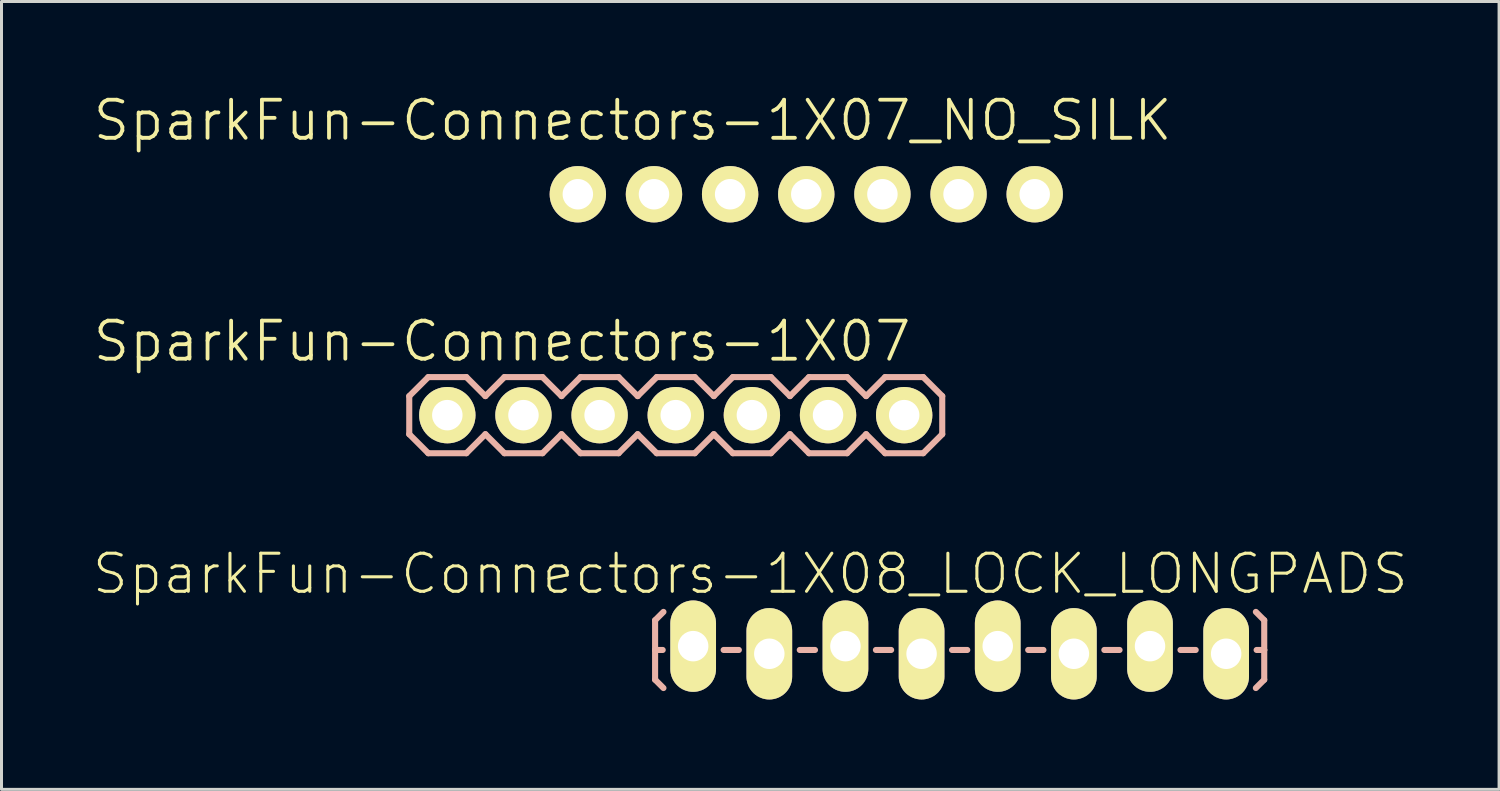
<source format=kicad_pcb>
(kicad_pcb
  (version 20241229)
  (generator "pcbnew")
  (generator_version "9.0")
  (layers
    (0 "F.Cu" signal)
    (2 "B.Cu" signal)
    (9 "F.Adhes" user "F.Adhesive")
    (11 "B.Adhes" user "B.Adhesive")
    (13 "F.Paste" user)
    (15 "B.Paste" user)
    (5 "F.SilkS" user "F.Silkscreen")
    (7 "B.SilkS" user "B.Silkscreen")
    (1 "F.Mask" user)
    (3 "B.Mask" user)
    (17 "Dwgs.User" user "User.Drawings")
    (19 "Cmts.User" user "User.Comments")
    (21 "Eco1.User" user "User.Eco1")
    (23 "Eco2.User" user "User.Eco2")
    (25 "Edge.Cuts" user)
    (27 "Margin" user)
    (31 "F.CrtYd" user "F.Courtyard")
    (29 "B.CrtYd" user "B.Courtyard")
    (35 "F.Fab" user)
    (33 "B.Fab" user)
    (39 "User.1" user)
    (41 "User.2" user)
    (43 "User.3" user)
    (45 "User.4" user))
  (footprint "SparkFun-Connectors-1X07"
    (layer "F.Cu")
    (at 11.872 10.799)
    (property "Reference" "SparkFun-Connectors-1X07" (at 1.829 -2.464 0) (layer "F.SilkS") (effects (font (size 1.27 1.27) (thickness 0.127))))
    (attr exclude_from_pos_files exclude_from_bom)
    (fp_line (start -0.254 -0.254) (end 0.254 -0.254) (stroke (width 0.066) (type solid)) (layer "F.SilkS"))
    (fp_line (start -0.254 0.254) (end -0.254 -0.254) (stroke (width 0.066) (type solid)) (layer "F.SilkS"))
    (fp_line (start -0.254 0.254) (end 0.254 0.254) (stroke (width 0.066) (type solid)) (layer "F.SilkS"))
    (fp_line (start 0.254 0.254) (end 0.254 -0.254) (stroke (width 0.066) (type solid)) (layer "F.SilkS"))
    (fp_line (start 2.286 -0.254) (end 2.794 -0.254) (stroke (width 0.066) (type solid)) (layer "F.SilkS"))
    (fp_line (start 2.286 0.254) (end 2.286 -0.254) (stroke (width 0.066) (type solid)) (layer "F.SilkS"))
    (fp_line (start 2.286 0.254) (end 2.794 0.254) (stroke (width 0.066) (type solid)) (layer "F.SilkS"))
    (fp_line (start 2.794 0.254) (end 2.794 -0.254) (stroke (width 0.066) (type solid)) (layer "F.SilkS"))
    (fp_line (start 4.826 -0.254) (end 5.334 -0.254) (stroke (width 0.066) (type solid)) (layer "F.SilkS"))
    (fp_line (start 4.826 0.254) (end 4.826 -0.254) (stroke (width 0.066) (type solid)) (layer "F.SilkS"))
    (fp_line (start 4.826 0.254) (end 5.334 0.254) (stroke (width 0.066) (type solid)) (layer "F.SilkS"))
    (fp_line (start 5.334 0.254) (end 5.334 -0.254) (stroke (width 0.066) (type solid)) (layer "F.SilkS"))
    (fp_line (start 7.366 -0.254) (end 7.874 -0.254) (stroke (width 0.066) (type solid)) (layer "F.SilkS"))
    (fp_line (start 7.366 0.254) (end 7.366 -0.254) (stroke (width 0.066) (type solid)) (layer "F.SilkS"))
    (fp_line (start 7.366 0.254) (end 7.874 0.254) (stroke (width 0.066) (type solid)) (layer "F.SilkS"))
    (fp_line (start 7.874 0.254) (end 7.874 -0.254) (stroke (width 0.066) (type solid)) (layer "F.SilkS"))
    (fp_line (start 9.906 -0.254) (end 10.414 -0.254) (stroke (width 0.066) (type solid)) (layer "F.SilkS"))
    (fp_line (start 9.906 0.254) (end 9.906 -0.254) (stroke (width 0.066) (type solid)) (layer "F.SilkS"))
    (fp_line (start 9.906 0.254) (end 10.414 0.254) (stroke (width 0.066) (type solid)) (layer "F.SilkS"))
    (fp_line (start 10.414 0.254) (end 10.414 -0.254) (stroke (width 0.066) (type solid)) (layer "F.SilkS"))
    (fp_line (start 12.446 -0.254) (end 12.954 -0.254) (stroke (width 0.066) (type solid)) (layer "F.SilkS"))
    (fp_line (start 12.446 0.254) (end 12.446 -0.254) (stroke (width 0.066) (type solid)) (layer "F.SilkS"))
    (fp_line (start 12.446 0.254) (end 12.954 0.254) (stroke (width 0.066) (type solid)) (layer "F.SilkS"))
    (fp_line (start 12.954 0.254) (end 12.954 -0.254) (stroke (width 0.066) (type solid)) (layer "F.SilkS"))
    (fp_line (start 14.986 -0.254) (end 15.494 -0.254) (stroke (width 0.066) (type solid)) (layer "F.SilkS"))
    (fp_line (start 14.986 0.254) (end 14.986 -0.254) (stroke (width 0.066) (type solid)) (layer "F.SilkS"))
    (fp_line (start 14.986 0.254) (end 15.494 0.254) (stroke (width 0.066) (type solid)) (layer "F.SilkS"))
    (fp_line (start 15.494 0.254) (end 15.494 -0.254) (stroke (width 0.066) (type solid)) (layer "F.SilkS"))
    (fp_line (start -1.27 -0.635) (end -1.27 0.635) (stroke (width 0.203) (type solid)) (layer "B.SilkS"))
    (fp_line (start -1.27 0.635) (end -0.635 1.27) (stroke (width 0.203) (type solid)) (layer "B.SilkS"))
    (fp_line (start -0.635 -1.27) (end -1.27 -0.635) (stroke (width 0.203) (type solid)) (layer "B.SilkS"))
    (fp_line (start -0.635 -1.27) (end 0.635 -1.27) (stroke (width 0.203) (type solid)) (layer "B.SilkS"))
    (fp_line (start 0.635 -1.27) (end 1.27 -0.635) (stroke (width 0.203) (type solid)) (layer "B.SilkS"))
    (fp_line (start 0.635 1.27) (end -0.635 1.27) (stroke (width 0.203) (type solid)) (layer "B.SilkS"))
    (fp_line (start 1.27 -0.635) (end 1.905 -1.27) (stroke (width 0.203) (type solid)) (layer "B.SilkS"))
    (fp_line (start 1.27 0.635) (end 0.635 1.27) (stroke (width 0.203) (type solid)) (layer "B.SilkS"))
    (fp_line (start 1.905 -1.27) (end 3.175 -1.27) (stroke (width 0.203) (type solid)) (layer "B.SilkS"))
    (fp_line (start 1.905 1.27) (end 1.27 0.635) (stroke (width 0.203) (type solid)) (layer "B.SilkS"))
    (fp_line (start 3.175 -1.27) (end 3.81 -0.635) (stroke (width 0.203) (type solid)) (layer "B.SilkS"))
    (fp_line (start 3.175 1.27) (end 1.905 1.27) (stroke (width 0.203) (type solid)) (layer "B.SilkS"))
    (fp_line (start 3.81 -0.635) (end 4.445 -1.27) (stroke (width 0.203) (type solid)) (layer "B.SilkS"))
    (fp_line (start 3.81 0.635) (end 3.175 1.27) (stroke (width 0.203) (type solid)) (layer "B.SilkS"))
    (fp_line (start 4.445 -1.27) (end 5.715 -1.27) (stroke (width 0.203) (type solid)) (layer "B.SilkS"))
    (fp_line (start 4.445 1.27) (end 3.81 0.635) (stroke (width 0.203) (type solid)) (layer "B.SilkS"))
    (fp_line (start 5.715 -1.27) (end 6.35 -0.635) (stroke (width 0.203) (type solid)) (layer "B.SilkS"))
    (fp_line (start 5.715 1.27) (end 4.445 1.27) (stroke (width 0.203) (type solid)) (layer "B.SilkS"))
    (fp_line (start 6.35 0.635) (end 5.715 1.27) (stroke (width 0.203) (type solid)) (layer "B.SilkS"))
    (fp_line (start 6.35 0.635) (end 6.985 1.27) (stroke (width 0.203) (type solid)) (layer "B.SilkS"))
    (fp_line (start 6.985 -1.27) (end 6.35 -0.635) (stroke (width 0.203) (type solid)) (layer "B.SilkS"))
    (fp_line (start 6.985 -1.27) (end 8.255 -1.27) (stroke (width 0.203) (type solid)) (layer "B.SilkS"))
    (fp_line (start 8.255 -1.27) (end 8.89 -0.635) (stroke (width 0.203) (type solid)) (layer "B.SilkS"))
    (fp_line (start 8.255 1.27) (end 6.985 1.27) (stroke (width 0.203) (type solid)) (layer "B.SilkS"))
    (fp_line (start 8.89 -0.635) (end 9.525 -1.27) (stroke (width 0.203) (type solid)) (layer "B.SilkS"))
    (fp_line (start 8.89 0.635) (end 8.255 1.27) (stroke (width 0.203) (type solid)) (layer "B.SilkS"))
    (fp_line (start 9.525 -1.27) (end 10.795 -1.27) (stroke (width 0.203) (type solid)) (layer "B.SilkS"))
    (fp_line (start 9.525 1.27) (end 8.89 0.635) (stroke (width 0.203) (type solid)) (layer "B.SilkS"))
    (fp_line (start 10.795 -1.27) (end 11.43 -0.635) (stroke (width 0.203) (type solid)) (layer "B.SilkS"))
    (fp_line (start 10.795 1.27) (end 9.525 1.27) (stroke (width 0.203) (type solid)) (layer "B.SilkS"))
    (fp_line (start 11.43 -0.635) (end 12.065 -1.27) (stroke (width 0.203) (type solid)) (layer "B.SilkS"))
    (fp_line (start 11.43 0.635) (end 10.795 1.27) (stroke (width 0.203) (type solid)) (layer "B.SilkS"))
    (fp_line (start 12.065 -1.27) (end 13.335 -1.27) (stroke (width 0.203) (type solid)) (layer "B.SilkS"))
    (fp_line (start 12.065 1.27) (end 11.43 0.635) (stroke (width 0.203) (type solid)) (layer "B.SilkS"))
    (fp_line (start 13.335 -1.27) (end 13.97 -0.635) (stroke (width 0.203) (type solid)) (layer "B.SilkS"))
    (fp_line (start 13.335 1.27) (end 12.065 1.27) (stroke (width 0.203) (type solid)) (layer "B.SilkS"))
    (fp_line (start 13.97 0.635) (end 13.335 1.27) (stroke (width 0.203) (type solid)) (layer "B.SilkS"))
    (fp_line (start 13.97 0.635) (end 14.605 1.27) (stroke (width 0.203) (type solid)) (layer "B.SilkS"))
    (fp_line (start 14.605 -1.27) (end 13.97 -0.635) (stroke (width 0.203) (type solid)) (layer "B.SilkS"))
    (fp_line (start 14.605 -1.27) (end 15.875 -1.27) (stroke (width 0.203) (type solid)) (layer "B.SilkS"))
    (fp_line (start 15.875 -1.27) (end 16.51 -0.635) (stroke (width 0.203) (type solid)) (layer "B.SilkS"))
    (fp_line (start 15.875 1.27) (end 14.605 1.27) (stroke (width 0.203) (type solid)) (layer "B.SilkS"))
    (fp_line (start 16.51 -0.635) (end 16.51 0.635) (stroke (width 0.203) (type solid)) (layer "B.SilkS"))
    (fp_line (start 16.51 0.635) (end 15.875 1.27) (stroke (width 0.203) (type solid)) (layer "B.SilkS"))
    (pad "1" thru_hole circle (at 0 0) (size 1.88 1.88) (drill 1.016) (layers "*.Cu" "F.Mask" "F.SilkS" "F.Paste"))
    (pad "2" thru_hole circle (at 2.54 0) (size 1.88 1.88) (drill 1.016) (layers "*.Cu" "F.Mask" "F.SilkS" "F.Paste"))
    (pad "3" thru_hole circle (at 5.08 0) (size 1.88 1.88) (drill 1.016) (layers "*.Cu" "F.Mask" "F.SilkS" "F.Paste"))
    (pad "4" thru_hole circle (at 7.62 0) (size 1.88 1.88) (drill 1.016) (layers "*.Cu" "F.Mask" "F.SilkS" "F.Paste"))
    (pad "5" thru_hole circle (at 10.16 0) (size 1.88 1.88) (drill 1.016) (layers "*.Cu" "F.Mask" "F.SilkS" "F.Paste"))
    (pad "6" thru_hole circle (at 12.7 0) (size 1.88 1.88) (drill 1.016) (layers "*.Cu" "F.Mask" "F.SilkS" "F.Paste"))
    (pad "7" thru_hole circle (at 15.24 0) (size 1.88 1.88) (drill 1.016) (layers "*.Cu" "F.Mask" "F.SilkS" "F.Paste")))
  (footprint "SparkFun-Connectors-1X07_NO_SILK"
    (layer "F.Cu")
    (at 16.226 3.43)
    (property "Reference" "SparkFun-Connectors-1X07_NO_SILK" (at 1.829 -2.464 0) (layer "F.SilkS") (effects (font (size 1.27 1.27) (thickness 0.127))))
    (attr exclude_from_pos_files exclude_from_bom)
    (fp_line (start -0.254 -0.254) (end 0.254 -0.254) (stroke (width 0.066) (type solid)) (layer "F.SilkS"))
    (fp_line (start -0.254 0.254) (end -0.254 -0.254) (stroke (width 0.066) (type solid)) (layer "F.SilkS"))
    (fp_line (start -0.254 0.254) (end 0.254 0.254) (stroke (width 0.066) (type solid)) (layer "F.SilkS"))
    (fp_line (start 0.254 0.254) (end 0.254 -0.254) (stroke (width 0.066) (type solid)) (layer "F.SilkS"))
    (fp_line (start 2.286 -0.254) (end 2.794 -0.254) (stroke (width 0.066) (type solid)) (layer "F.SilkS"))
    (fp_line (start 2.286 0.254) (end 2.286 -0.254) (stroke (width 0.066) (type solid)) (layer "F.SilkS"))
    (fp_line (start 2.286 0.254) (end 2.794 0.254) (stroke (width 0.066) (type solid)) (layer "F.SilkS"))
    (fp_line (start 2.794 0.254) (end 2.794 -0.254) (stroke (width 0.066) (type solid)) (layer "F.SilkS"))
    (fp_line (start 4.826 -0.254) (end 5.334 -0.254) (stroke (width 0.066) (type solid)) (layer "F.SilkS"))
    (fp_line (start 4.826 0.254) (end 4.826 -0.254) (stroke (width 0.066) (type solid)) (layer "F.SilkS"))
    (fp_line (start 4.826 0.254) (end 5.334 0.254) (stroke (width 0.066) (type solid)) (layer "F.SilkS"))
    (fp_line (start 5.334 0.254) (end 5.334 -0.254) (stroke (width 0.066) (type solid)) (layer "F.SilkS"))
    (fp_line (start 7.366 -0.254) (end 7.874 -0.254) (stroke (width 0.066) (type solid)) (layer "F.SilkS"))
    (fp_line (start 7.366 0.254) (end 7.366 -0.254) (stroke (width 0.066) (type solid)) (layer "F.SilkS"))
    (fp_line (start 7.366 0.254) (end 7.874 0.254) (stroke (width 0.066) (type solid)) (layer "F.SilkS"))
    (fp_line (start 7.874 0.254) (end 7.874 -0.254) (stroke (width 0.066) (type solid)) (layer "F.SilkS"))
    (fp_line (start 9.906 -0.254) (end 10.414 -0.254) (stroke (width 0.066) (type solid)) (layer "F.SilkS"))
    (fp_line (start 9.906 0.254) (end 9.906 -0.254) (stroke (width 0.066) (type solid)) (layer "F.SilkS"))
    (fp_line (start 9.906 0.254) (end 10.414 0.254) (stroke (width 0.066) (type solid)) (layer "F.SilkS"))
    (fp_line (start 10.414 0.254) (end 10.414 -0.254) (stroke (width 0.066) (type solid)) (layer "F.SilkS"))
    (fp_line (start 12.446 -0.254) (end 12.954 -0.254) (stroke (width 0.066) (type solid)) (layer "F.SilkS"))
    (fp_line (start 12.446 0.254) (end 12.446 -0.254) (stroke (width 0.066) (type solid)) (layer "F.SilkS"))
    (fp_line (start 12.446 0.254) (end 12.954 0.254) (stroke (width 0.066) (type solid)) (layer "F.SilkS"))
    (fp_line (start 12.954 0.254) (end 12.954 -0.254) (stroke (width 0.066) (type solid)) (layer "F.SilkS"))
    (fp_line (start 14.986 -0.254) (end 15.494 -0.254) (stroke (width 0.066) (type solid)) (layer "F.SilkS"))
    (fp_line (start 14.986 0.254) (end 14.986 -0.254) (stroke (width 0.066) (type solid)) (layer "F.SilkS"))
    (fp_line (start 14.986 0.254) (end 15.494 0.254) (stroke (width 0.066) (type solid)) (layer "F.SilkS"))
    (fp_line (start 15.494 0.254) (end 15.494 -0.254) (stroke (width 0.066) (type solid)) (layer "F.SilkS"))
    (pad "1" thru_hole circle (at 0 0) (size 1.88 1.88) (drill 1.016) (layers "*.Cu" "F.Mask" "F.SilkS" "F.Paste"))
    (pad "2" thru_hole circle (at 2.54 0) (size 1.88 1.88) (drill 1.016) (layers "*.Cu" "F.Mask" "F.SilkS" "F.Paste"))
    (pad "3" thru_hole circle (at 5.08 0) (size 1.88 1.88) (drill 1.016) (layers "*.Cu" "F.Mask" "F.SilkS" "F.Paste"))
    (pad "4" thru_hole circle (at 7.62 0) (size 1.88 1.88) (drill 1.016) (layers "*.Cu" "F.Mask" "F.SilkS" "F.Paste"))
    (pad "5" thru_hole circle (at 10.16 0) (size 1.88 1.88) (drill 1.016) (layers "*.Cu" "F.Mask" "F.SilkS" "F.Paste"))
    (pad "6" thru_hole circle (at 12.7 0) (size 1.88 1.88) (drill 1.016) (layers "*.Cu" "F.Mask" "F.SilkS" "F.Paste"))
    (pad "7" thru_hole circle (at 15.24 0) (size 1.88 1.88) (drill 1.016) (layers "*.Cu" "F.Mask" "F.SilkS" "F.Paste")))
  (footprint "SparkFun-Connectors-1X08_LOCK_LONGPADS"
    (layer "F.Cu")
    (at 20.073 18.632)
    (property "Reference" "SparkFun-Connectors-1X08_LOCK_LONGPADS" (at 1.905 -2.54 0) (layer "F.SilkS") (effects (font (size 1.27 1.27) (thickness 0.102))))
    (attr exclude_from_pos_files exclude_from_bom)
    (fp_line (start -0.292 -0.292) (end 0.292 -0.292) (stroke (width 0.066) (type solid)) (layer "F.SilkS"))
    (fp_line (start -0.292 0.292) (end -0.292 -0.292) (stroke (width 0.066) (type solid)) (layer "F.SilkS"))
    (fp_line (start -0.292 0.292) (end 0.292 0.292) (stroke (width 0.066) (type solid)) (layer "F.SilkS"))
    (fp_line (start 0.292 0.292) (end 0.292 -0.292) (stroke (width 0.066) (type solid)) (layer "F.SilkS"))
    (fp_line (start 2.248 -0.292) (end 2.832 -0.292) (stroke (width 0.066) (type solid)) (layer "F.SilkS"))
    (fp_line (start 2.248 0.292) (end 2.248 -0.292) (stroke (width 0.066) (type solid)) (layer "F.SilkS"))
    (fp_line (start 2.248 0.292) (end 2.832 0.292) (stroke (width 0.066) (type solid)) (layer "F.SilkS"))
    (fp_line (start 2.832 0.292) (end 2.832 -0.292) (stroke (width 0.066) (type solid)) (layer "F.SilkS"))
    (fp_line (start 4.788 -0.292) (end 5.372 -0.292) (stroke (width 0.066) (type solid)) (layer "F.SilkS"))
    (fp_line (start 4.788 0.292) (end 4.788 -0.292) (stroke (width 0.066) (type solid)) (layer "F.SilkS"))
    (fp_line (start 4.788 0.292) (end 5.372 0.292) (stroke (width 0.066) (type solid)) (layer "F.SilkS"))
    (fp_line (start 5.372 0.292) (end 5.372 -0.292) (stroke (width 0.066) (type solid)) (layer "F.SilkS"))
    (fp_line (start 7.328 -0.292) (end 7.912 -0.292) (stroke (width 0.066) (type solid)) (layer "F.SilkS"))
    (fp_line (start 7.328 0.292) (end 7.328 -0.292) (stroke (width 0.066) (type solid)) (layer "F.SilkS"))
    (fp_line (start 7.328 0.292) (end 7.912 0.292) (stroke (width 0.066) (type solid)) (layer "F.SilkS"))
    (fp_line (start 7.912 0.292) (end 7.912 -0.292) (stroke (width 0.066) (type solid)) (layer "F.SilkS"))
    (fp_line (start 9.868 -0.292) (end 10.452 -0.292) (stroke (width 0.066) (type solid)) (layer "F.SilkS"))
    (fp_line (start 9.868 0.292) (end 9.868 -0.292) (stroke (width 0.066) (type solid)) (layer "F.SilkS"))
    (fp_line (start 9.868 0.292) (end 10.452 0.292) (stroke (width 0.066) (type solid)) (layer "F.SilkS"))
    (fp_line (start 10.452 0.292) (end 10.452 -0.292) (stroke (width 0.066) (type solid)) (layer "F.SilkS"))
    (fp_line (start 12.408 -0.292) (end 12.992 -0.292) (stroke (width 0.066) (type solid)) (layer "F.SilkS"))
    (fp_line (start 12.408 0.292) (end 12.408 -0.292) (stroke (width 0.066) (type solid)) (layer "F.SilkS"))
    (fp_line (start 12.408 0.292) (end 12.992 0.292) (stroke (width 0.066) (type solid)) (layer "F.SilkS"))
    (fp_line (start 12.992 0.292) (end 12.992 -0.292) (stroke (width 0.066) (type solid)) (layer "F.SilkS"))
    (fp_line (start 14.948 -0.292) (end 15.532 -0.292) (stroke (width 0.066) (type solid)) (layer "F.SilkS"))
    (fp_line (start 14.948 0.292) (end 14.948 -0.292) (stroke (width 0.066) (type solid)) (layer "F.SilkS"))
    (fp_line (start 14.948 0.292) (end 15.532 0.292) (stroke (width 0.066) (type solid)) (layer "F.SilkS"))
    (fp_line (start 15.532 0.292) (end 15.532 -0.292) (stroke (width 0.066) (type solid)) (layer "F.SilkS"))
    (fp_line (start 17.488 -0.292) (end 18.072 -0.292) (stroke (width 0.066) (type solid)) (layer "F.SilkS"))
    (fp_line (start 17.488 0.292) (end 17.488 -0.292) (stroke (width 0.066) (type solid)) (layer "F.SilkS"))
    (fp_line (start 17.488 0.292) (end 18.072 0.292) (stroke (width 0.066) (type solid)) (layer "F.SilkS"))
    (fp_line (start 18.072 0.292) (end 18.072 -0.292) (stroke (width 0.066) (type solid)) (layer "F.SilkS"))
    (fp_line (start -1.27 -0.991) (end -0.991 -1.27) (stroke (width 0.203) (type solid)) (layer "B.SilkS"))
    (fp_line (start -1.27 0) (end -1.27 -0.991) (stroke (width 0.203) (type solid)) (layer "B.SilkS"))
    (fp_line (start -1.27 0) (end -1.27 0.991) (stroke (width 0.203) (type solid)) (layer "B.SilkS"))
    (fp_line (start -1.27 0) (end -1.016 0) (stroke (width 0.203) (type solid)) (layer "B.SilkS"))
    (fp_line (start -1.27 0.991) (end -0.991 1.27) (stroke (width 0.203) (type solid)) (layer "B.SilkS"))
    (fp_line (start 1.524 0) (end 1.016 0) (stroke (width 0.203) (type solid)) (layer "B.SilkS"))
    (fp_line (start 4.064 0) (end 3.556 0) (stroke (width 0.203) (type solid)) (layer "B.SilkS"))
    (fp_line (start 6.604 0) (end 6.096 0) (stroke (width 0.203) (type solid)) (layer "B.SilkS"))
    (fp_line (start 9.144 0) (end 8.636 0) (stroke (width 0.203) (type solid)) (layer "B.SilkS"))
    (fp_line (start 11.684 0) (end 11.176 0) (stroke (width 0.203) (type solid)) (layer "B.SilkS"))
    (fp_line (start 14.224 0) (end 13.716 0) (stroke (width 0.203) (type solid)) (layer "B.SilkS"))
    (fp_line (start 16.764 0) (end 16.256 0) (stroke (width 0.203) (type solid)) (layer "B.SilkS"))
    (fp_line (start 19.05 -0.991) (end 18.771 -1.27) (stroke (width 0.203) (type solid)) (layer "B.SilkS"))
    (fp_line (start 19.05 0) (end 18.796 0) (stroke (width 0.203) (type solid)) (layer "B.SilkS"))
    (fp_line (start 19.05 0) (end 19.05 -0.991) (stroke (width 0.203) (type solid)) (layer "B.SilkS"))
    (fp_line (start 19.05 0) (end 19.05 0.991) (stroke (width 0.203) (type solid)) (layer "B.SilkS"))
    (fp_line (start 19.05 0.991) (end 18.771 1.27) (stroke (width 0.203) (type solid)) (layer "B.SilkS"))
    (pad "1" thru_hole oval (at 0 -0.127 180) (size 1.524 3.048) (drill 1.016) (layers "*.Cu" "F.Mask" "F.SilkS" "F.Paste"))
    (pad "2" thru_hole oval (at 2.54 0.127 180) (size 1.524 3.048) (drill 1.016) (layers "*.Cu" "F.Mask" "F.SilkS" "F.Paste"))
    (pad "3" thru_hole oval (at 5.08 -0.127 180) (size 1.524 3.048) (drill 1.016) (layers "*.Cu" "F.Mask" "F.SilkS" "F.Paste"))
    (pad "4" thru_hole oval (at 7.62 0.127 180) (size 1.524 3.048) (drill 1.016) (layers "*.Cu" "F.Mask" "F.SilkS" "F.Paste"))
    (pad "5" thru_hole oval (at 10.16 -0.127 180) (size 1.524 3.048) (drill 1.016) (layers "*.Cu" "F.Mask" "F.SilkS" "F.Paste"))
    (pad "6" thru_hole oval (at 12.7 0.127 180) (size 1.524 3.048) (drill 1.016) (layers "*.Cu" "F.Mask" "F.SilkS" "F.Paste"))
    (pad "7" thru_hole oval (at 15.24 -0.127 180) (size 1.524 3.048) (drill 1.016) (layers "*.Cu" "F.Mask" "F.SilkS" "F.Paste"))
    (pad "8" thru_hole oval (at 17.78 0.127 180) (size 1.524 3.048) (drill 1.016) (layers "*.Cu" "F.Mask" "F.SilkS" "F.Paste")))
  (gr_rect
    (start -3 -3)
    (end 46.957 23.283)
    (stroke (width 0.1) (type default))
    (fill no)
    (layer "Edge.Cuts")))
</source>
